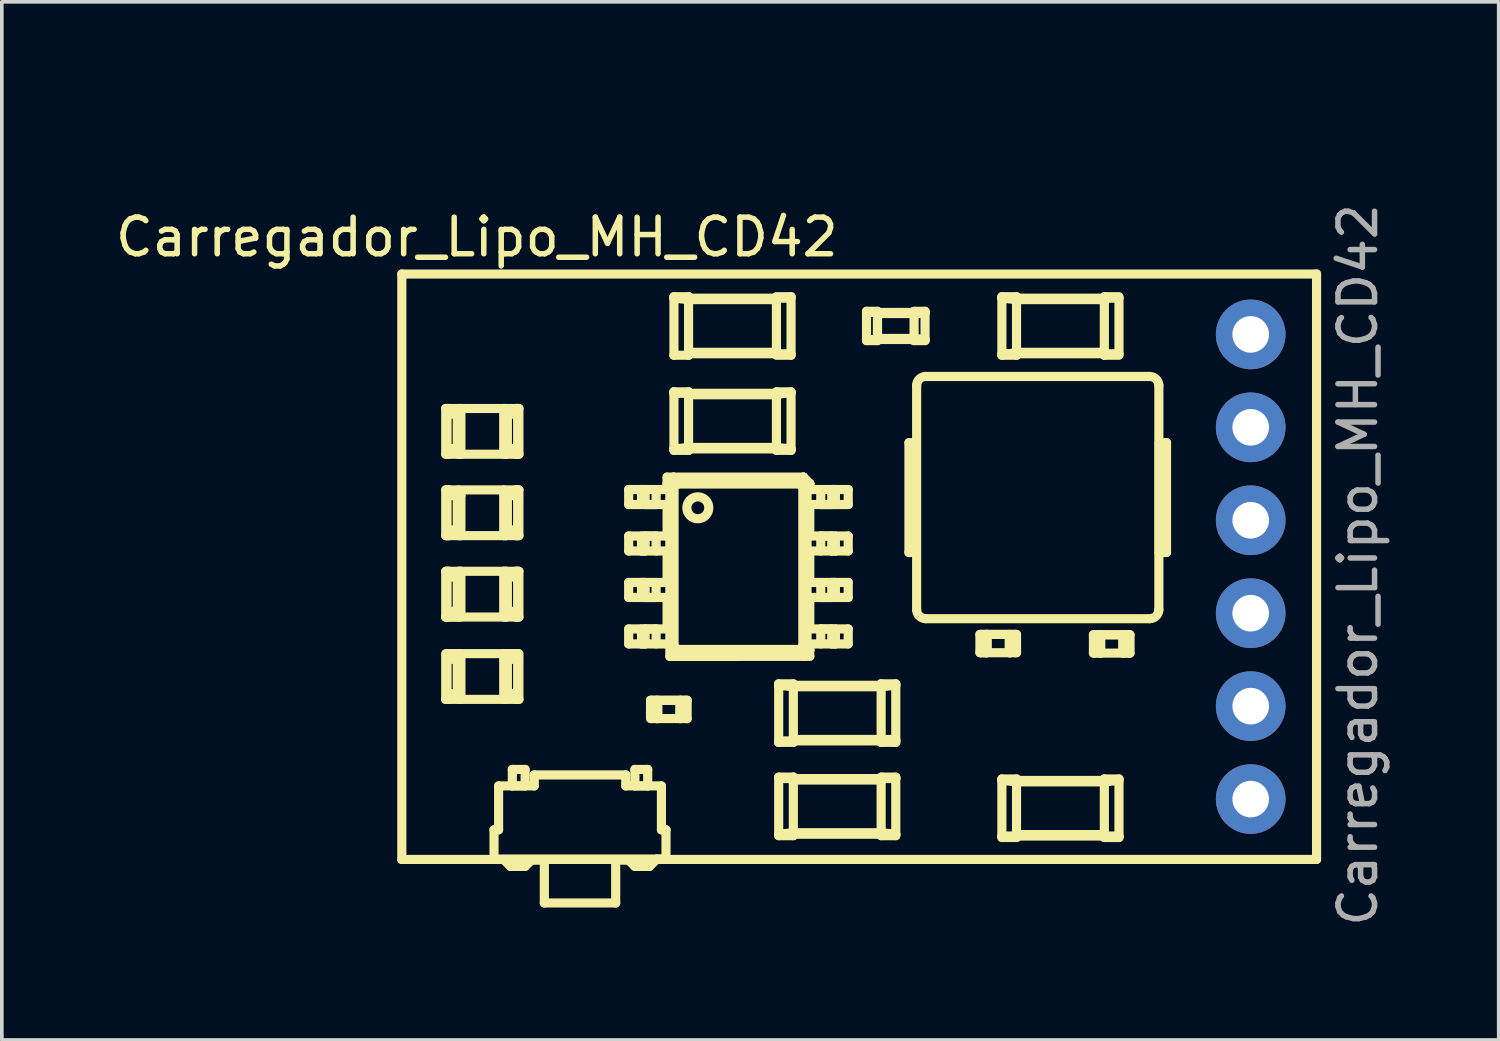
<source format=kicad_pcb>
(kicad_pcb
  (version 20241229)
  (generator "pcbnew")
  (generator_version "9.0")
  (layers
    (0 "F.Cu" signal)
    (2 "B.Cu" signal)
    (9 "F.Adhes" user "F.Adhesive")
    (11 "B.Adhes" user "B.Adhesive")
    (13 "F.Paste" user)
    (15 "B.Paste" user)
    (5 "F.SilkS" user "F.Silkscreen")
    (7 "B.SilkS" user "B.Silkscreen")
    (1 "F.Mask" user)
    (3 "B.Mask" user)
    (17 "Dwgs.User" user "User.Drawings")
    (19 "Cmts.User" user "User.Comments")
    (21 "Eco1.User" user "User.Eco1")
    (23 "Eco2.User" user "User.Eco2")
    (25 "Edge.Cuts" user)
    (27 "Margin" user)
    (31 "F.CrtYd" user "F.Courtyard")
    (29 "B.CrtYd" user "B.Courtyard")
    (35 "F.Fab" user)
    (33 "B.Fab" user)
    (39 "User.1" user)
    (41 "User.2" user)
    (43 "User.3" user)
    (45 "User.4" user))
  (footprint "Carregador_Lipo_MH_CD42"
    (layer "F.Cu")
    (at 6.822 0.25)
    (property "Reference" "Carregador_Lipo_MH_CD42" (at 3.16 3.18 0) (unlocked yes) (layer "F.SilkS") (effects (font (size 1 1) (thickness 0.15))))
    (attr through_hole)
    (fp_line (start 1.11 4.189) (end 26.11 4.189) (stroke (width 0.25) (type default)) (layer "F.SilkS"))
    (fp_line (start 1.11 20.189) (end 1.11 4.189) (stroke (width 0.25) (type default)) (layer "F.SilkS"))
    (fp_line (start 2.31 7.864) (end 2.31 9.114) (stroke (width 0.25) (type default)) (layer "F.SilkS"))
    (fp_line (start 2.31 10.089) (end 2.31 11.339) (stroke (width 0.25) (type default)) (layer "F.SilkS"))
    (fp_line (start 2.31 11.339) (end 2.397 11.339) (stroke (width 0.25) (type default)) (layer "F.SilkS"))
    (fp_line (start 2.31 12.314) (end 2.31 13.564) (stroke (width 0.25) (type default)) (layer "F.SilkS"))
    (fp_line (start 2.31 13.564) (end 2.345 13.564) (stroke (width 0.25) (type default)) (layer "F.SilkS"))
    (fp_line (start 2.31 14.564) (end 2.31 15.814) (stroke (width 0.25) (type default)) (layer "F.SilkS"))
    (fp_line (start 2.345 7.864) (end 2.345 9.114) (stroke (width 0.25) (type default)) (layer "F.SilkS"))
    (fp_line (start 2.345 9.114) (end 2.31 9.114) (stroke (width 0.25) (type default)) (layer "F.SilkS"))
    (fp_line (start 2.345 10.089) (end 2.345 11.339) (stroke (width 0.25) (type default)) (layer "F.SilkS"))
    (fp_line (start 2.345 12.314) (end 2.345 13.564) (stroke (width 0.25) (type default)) (layer "F.SilkS"))
    (fp_line (start 2.345 12.314) (end 2.397 12.314) (stroke (width 0.25) (type default)) (layer "F.SilkS"))
    (fp_line (start 2.345 14.564) (end 2.345 15.814) (stroke (width 0.25) (type default)) (layer "F.SilkS"))
    (fp_line (start 2.345 15.814) (end 2.397 15.814) (stroke (width 0.25) (type default)) (layer "F.SilkS"))
    (fp_line (start 2.397 7.864) (end 2.345 7.864) (stroke (width 0.25) (type default)) (layer "F.SilkS"))
    (fp_line (start 2.397 7.864) (end 2.397 8.02) (stroke (width 0.25) (type default)) (layer "F.SilkS"))
    (fp_line (start 2.397 8.02) (end 2.66 8.02) (stroke (width 0.25) (type default)) (layer "F.SilkS"))
    (fp_line (start 2.397 8.957) (end 2.397 9.114) (stroke (width 0.25) (type default)) (layer "F.SilkS"))
    (fp_line (start 2.397 10.089) (end 2.345 10.089) (stroke (width 0.25) (type default)) (layer "F.SilkS"))
    (fp_line (start 2.397 10.089) (end 2.397 10.245) (stroke (width 0.25) (type default)) (layer "F.SilkS"))
    (fp_line (start 2.397 10.245) (end 2.725 10.245) (stroke (width 0.25) (type default)) (layer "F.SilkS"))
    (fp_line (start 2.397 11.182) (end 2.397 11.339) (stroke (width 0.25) (type default)) (layer "F.SilkS"))
    (fp_line (start 2.397 12.314) (end 2.397 12.47) (stroke (width 0.25) (type default)) (layer "F.SilkS"))
    (fp_line (start 2.397 12.47) (end 2.625 12.47) (stroke (width 0.25) (type default)) (layer "F.SilkS"))
    (fp_line (start 2.397 13.407) (end 2.397 13.564) (stroke (width 0.25) (type default)) (layer "F.SilkS"))
    (fp_line (start 2.397 13.564) (end 2.66 13.564) (stroke (width 0.25) (type default)) (layer "F.SilkS"))
    (fp_line (start 2.397 14.564) (end 2.397 14.72) (stroke (width 0.25) (type default)) (layer "F.SilkS"))
    (fp_line (start 2.397 14.564) (end 2.66 14.564) (stroke (width 0.25) (type default)) (layer "F.SilkS"))
    (fp_line (start 2.397 14.72) (end 2.625 14.72) (stroke (width 0.25) (type default)) (layer "F.SilkS"))
    (fp_line (start 2.397 15.657) (end 2.397 15.814) (stroke (width 0.25) (type default)) (layer "F.SilkS"))
    (fp_line (start 2.625 8.02) (end 2.625 8.957) (stroke (width 0.25) (type default)) (layer "F.SilkS"))
    (fp_line (start 2.625 8.957) (end 2.397 8.957) (stroke (width 0.25) (type default)) (layer "F.SilkS"))
    (fp_line (start 2.625 10.245) (end 2.625 11.182) (stroke (width 0.25) (type default)) (layer "F.SilkS"))
    (fp_line (start 2.625 11.182) (end 2.397 11.182) (stroke (width 0.25) (type default)) (layer "F.SilkS"))
    (fp_line (start 2.625 12.47) (end 2.625 13.407) (stroke (width 0.25) (type default)) (layer "F.SilkS"))
    (fp_line (start 2.625 13.407) (end 2.397 13.407) (stroke (width 0.25) (type default)) (layer "F.SilkS"))
    (fp_line (start 2.625 14.72) (end 2.625 15.657) (stroke (width 0.25) (type default)) (layer "F.SilkS"))
    (fp_line (start 2.625 15.657) (end 2.397 15.657) (stroke (width 0.25) (type default)) (layer "F.SilkS"))
    (fp_line (start 2.66 7.864) (end 2.725 7.864) (stroke (width 0.25) (type default)) (layer "F.SilkS"))
    (fp_line (start 2.66 9.114) (end 2.66 8.02) (stroke (width 0.25) (type default)) (layer "F.SilkS"))
    (fp_line (start 2.66 11.339) (end 2.66 10.089) (stroke (width 0.25) (type default)) (layer "F.SilkS"))
    (fp_line (start 2.66 11.339) (end 2.725 11.339) (stroke (width 0.25) (type default)) (layer "F.SilkS"))
    (fp_line (start 2.66 12.314) (end 2.725 12.314) (stroke (width 0.25) (type default)) (layer "F.SilkS"))
    (fp_line (start 2.66 13.564) (end 2.66 12.314) (stroke (width 0.25) (type default)) (layer "F.SilkS"))
    (fp_line (start 2.66 15.814) (end 2.66 14.564) (stroke (width 0.25) (type default)) (layer "F.SilkS"))
    (fp_line (start 2.66 15.814) (end 2.725 15.814) (stroke (width 0.25) (type default)) (layer "F.SilkS"))
    (fp_line (start 2.725 9.114) (end 2.66 9.114) (stroke (width 0.25) (type default)) (layer "F.SilkS"))
    (fp_line (start 2.725 9.114) (end 2.725 7.864) (stroke (width 0.25) (type default)) (layer "F.SilkS"))
    (fp_line (start 2.725 11.339) (end 2.725 10.245) (stroke (width 0.25) (type default)) (layer "F.SilkS"))
    (fp_line (start 2.725 13.564) (end 2.725 12.314) (stroke (width 0.25) (type default)) (layer "F.SilkS"))
    (fp_line (start 2.725 15.814) (end 2.725 14.564) (stroke (width 0.25) (type default)) (layer "F.SilkS"))
    (fp_line (start 3.63 19.379) (end 3.755 19.379) (stroke (width 0.25) (type default)) (layer "F.SilkS"))
    (fp_line (start 3.63 20.179) (end 3.63 19.379) (stroke (width 0.25) (type default)) (layer "F.SilkS"))
    (fp_line (start 3.63 20.179) (end 8.33 20.179) (stroke (width 0.25) (type default)) (layer "F.SilkS"))
    (fp_line (start 3.755 18.179) (end 3.755 19.379) (stroke (width 0.25) (type default)) (layer "F.SilkS"))
    (fp_line (start 3.895 9.114) (end 3.895 7.864) (stroke (width 0.25) (type default)) (layer "F.SilkS"))
    (fp_line (start 3.895 11.339) (end 3.895 10.089) (stroke (width 0.25) (type default)) (layer "F.SilkS"))
    (fp_line (start 3.895 11.339) (end 3.96 11.339) (stroke (width 0.25) (type default)) (layer "F.SilkS"))
    (fp_line (start 3.895 13.564) (end 3.895 12.314) (stroke (width 0.25) (type default)) (layer "F.SilkS"))
    (fp_line (start 3.895 15.814) (end 3.895 14.564) (stroke (width 0.25) (type default)) (layer "F.SilkS"))
    (fp_line (start 3.96 7.864) (end 3.895 7.864) (stroke (width 0.25) (type default)) (layer "F.SilkS"))
    (fp_line (start 3.96 7.864) (end 3.96 9.114) (stroke (width 0.25) (type default)) (layer "F.SilkS"))
    (fp_line (start 3.96 10.245) (end 3.96 11.339) (stroke (width 0.25) (type default)) (layer "F.SilkS"))
    (fp_line (start 3.96 10.245) (end 4.223 10.245) (stroke (width 0.25) (type default)) (layer "F.SilkS"))
    (fp_line (start 3.96 12.314) (end 3.895 12.314) (stroke (width 0.25) (type default)) (layer "F.SilkS"))
    (fp_line (start 3.96 12.314) (end 3.96 13.564) (stroke (width 0.25) (type default)) (layer "F.SilkS"))
    (fp_line (start 3.96 14.564) (end 3.96 15.814) (stroke (width 0.25) (type default)) (layer "F.SilkS"))
    (fp_line (start 3.96 15.814) (end 3.895 15.814) (stroke (width 0.25) (type default)) (layer "F.SilkS"))
    (fp_line (start 3.995 8.02) (end 3.995 8.957) (stroke (width 0.25) (type default)) (layer "F.SilkS"))
    (fp_line (start 3.995 8.02) (end 4.223 8.02) (stroke (width 0.25) (type default)) (layer "F.SilkS"))
    (fp_line (start 3.995 10.245) (end 3.995 11.182) (stroke (width 0.25) (type default)) (layer "F.SilkS"))
    (fp_line (start 3.995 12.47) (end 3.995 13.407) (stroke (width 0.25) (type default)) (layer "F.SilkS"))
    (fp_line (start 3.995 12.47) (end 4.223 12.47) (stroke (width 0.25) (type default)) (layer "F.SilkS"))
    (fp_line (start 3.995 13.407) (end 3.96 13.564) (stroke (width 0.25) (type default)) (layer "F.SilkS"))
    (fp_line (start 3.995 14.72) (end 3.995 15.657) (stroke (width 0.25) (type default)) (layer "F.SilkS"))
    (fp_line (start 3.995 14.72) (end 4.223 14.72) (stroke (width 0.25) (type default)) (layer "F.SilkS"))
    (fp_line (start 4.08 20.379) (end 3.91 20.209) (stroke (width 0.25) (type default)) (layer "F.SilkS"))
    (fp_line (start 4.08 20.379) (end 4.48 20.379) (stroke (width 0.25) (type default)) (layer "F.SilkS"))
    (fp_line (start 4.13 17.729) (end 4.13 18.179) (stroke (width 0.25) (type default)) (layer "F.SilkS"))
    (fp_line (start 4.13 18.179) (end 4.48 18.179) (stroke (width 0.25) (type default)) (layer "F.SilkS"))
    (fp_line (start 4.223 7.864) (end 4.275 7.864) (stroke (width 0.25) (type default)) (layer "F.SilkS"))
    (fp_line (start 4.223 8.02) (end 4.223 7.864) (stroke (width 0.25) (type default)) (layer "F.SilkS"))
    (fp_line (start 4.223 8.957) (end 3.96 9.114) (stroke (width 0.25) (type default)) (layer "F.SilkS"))
    (fp_line (start 4.223 8.957) (end 3.995 8.957) (stroke (width 0.25) (type default)) (layer "F.SilkS"))
    (fp_line (start 4.223 9.114) (end 4.223 8.957) (stroke (width 0.25) (type default)) (layer "F.SilkS"))
    (fp_line (start 4.223 10.089) (end 4.275 10.089) (stroke (width 0.25) (type default)) (layer "F.SilkS"))
    (fp_line (start 4.223 10.245) (end 4.223 10.089) (stroke (width 0.25) (type default)) (layer "F.SilkS"))
    (fp_line (start 4.223 11.182) (end 3.995 11.182) (stroke (width 0.25) (type default)) (layer "F.SilkS"))
    (fp_line (start 4.223 11.339) (end 4.223 11.182) (stroke (width 0.25) (type default)) (layer "F.SilkS"))
    (fp_line (start 4.223 12.47) (end 4.223 12.314) (stroke (width 0.25) (type default)) (layer "F.SilkS"))
    (fp_line (start 4.223 13.407) (end 3.995 13.407) (stroke (width 0.25) (type default)) (layer "F.SilkS"))
    (fp_line (start 4.223 13.564) (end 4.223 13.407) (stroke (width 0.25) (type default)) (layer "F.SilkS"))
    (fp_line (start 4.223 13.564) (end 4.275 13.564) (stroke (width 0.25) (type default)) (layer "F.SilkS"))
    (fp_line (start 4.223 14.564) (end 3.96 14.564) (stroke (width 0.25) (type default)) (layer "F.SilkS"))
    (fp_line (start 4.223 14.72) (end 4.223 14.564) (stroke (width 0.25) (type default)) (layer "F.SilkS"))
    (fp_line (start 4.223 15.657) (end 3.995 15.657) (stroke (width 0.25) (type default)) (layer "F.SilkS"))
    (fp_line (start 4.223 15.814) (end 4.223 15.657) (stroke (width 0.25) (type default)) (layer "F.SilkS"))
    (fp_line (start 4.275 7.864) (end 4.275 9.114) (stroke (width 0.25) (type default)) (layer "F.SilkS"))
    (fp_line (start 4.275 9.114) (end 4.223 9.114) (stroke (width 0.25) (type default)) (layer "F.SilkS"))
    (fp_line (start 4.275 10.089) (end 4.275 11.339) (stroke (width 0.25) (type default)) (layer "F.SilkS"))
    (fp_line (start 4.275 11.339) (end 4.223 11.339) (stroke (width 0.25) (type default)) (layer "F.SilkS"))
    (fp_line (start 4.275 12.314) (end 4.223 12.314) (stroke (width 0.25) (type default)) (layer "F.SilkS"))
    (fp_line (start 4.275 12.314) (end 4.275 13.564) (stroke (width 0.25) (type default)) (layer "F.SilkS"))
    (fp_line (start 4.275 14.564) (end 2.345 14.564) (stroke (width 0.25) (type default)) (layer "F.SilkS"))
    (fp_line (start 4.275 14.564) (end 4.275 15.814) (stroke (width 0.25) (type default)) (layer "F.SilkS"))
    (fp_line (start 4.275 15.814) (end 4.223 15.814) (stroke (width 0.25) (type default)) (layer "F.SilkS"))
    (fp_line (start 4.31 7.864) (end 2.31 7.864) (stroke (width 0.25) (type default)) (layer "F.SilkS"))
    (fp_line (start 4.31 7.864) (end 4.31 9.114) (stroke (width 0.25) (type default)) (layer "F.SilkS"))
    (fp_line (start 4.31 9.114) (end 2.397 9.114) (stroke (width 0.25) (type default)) (layer "F.SilkS"))
    (fp_line (start 4.31 10.089) (end 2.31 10.089) (stroke (width 0.25) (type default)) (layer "F.SilkS"))
    (fp_line (start 4.31 10.089) (end 4.31 11.339) (stroke (width 0.25) (type default)) (layer "F.SilkS"))
    (fp_line (start 4.31 11.339) (end 2.345 11.339) (stroke (width 0.25) (type default)) (layer "F.SilkS"))
    (fp_line (start 4.31 12.314) (end 2.31 12.314) (stroke (width 0.25) (type default)) (layer "F.SilkS"))
    (fp_line (start 4.31 12.314) (end 4.31 13.564) (stroke (width 0.25) (type default)) (layer "F.SilkS"))
    (fp_line (start 4.31 13.564) (end 2.31 13.564) (stroke (width 0.25) (type default)) (layer "F.SilkS"))
    (fp_line (start 4.31 14.564) (end 4.31 15.814) (stroke (width 0.25) (type default)) (layer "F.SilkS"))
    (fp_line (start 4.31 15.814) (end 2.31 15.814) (stroke (width 0.25) (type default)) (layer "F.SilkS"))
    (fp_line (start 4.48 17.729) (end 4.13 17.729) (stroke (width 0.25) (type default)) (layer "F.SilkS"))
    (fp_line (start 4.48 17.729) (end 4.48 18.179) (stroke (width 0.25) (type default)) (layer "F.SilkS"))
    (fp_line (start 4.48 20.379) (end 4.65 20.209) (stroke (width 0.25) (type default)) (layer "F.SilkS"))
    (fp_line (start 4.65 20.209) (end 5.005 20.209) (stroke (width 0.25) (type default)) (layer "F.SilkS"))
    (fp_line (start 4.73 17.879) (end 4.73 18.179) (stroke (width 0.25) (type default)) (layer "F.SilkS"))
    (fp_line (start 4.73 18.179) (end 3.755 18.179) (stroke (width 0.25) (type default)) (layer "F.SilkS"))
    (fp_line (start 5.005 20.209) (end 5.005 21.379) (stroke (width 0.25) (type default)) (layer "F.SilkS"))
    (fp_line (start 5.005 21.379) (end 6.955 21.379) (stroke (width 0.25) (type default)) (layer "F.SilkS"))
    (fp_line (start 6.955 20.209) (end 7.31 20.209) (stroke (width 0.25) (type default)) (layer "F.SilkS"))
    (fp_line (start 6.955 21.379) (end 6.955 20.209) (stroke (width 0.25) (type default)) (layer "F.SilkS"))
    (fp_line (start 7.23 17.879) (end 4.73 17.879) (stroke (width 0.25) (type default)) (layer "F.SilkS"))
    (fp_line (start 7.23 18.179) (end 7.23 17.879) (stroke (width 0.25) (type default)) (layer "F.SilkS"))
    (fp_line (start 7.31 10.079) (end 8.36 10.079) (stroke (width 0.25) (type default)) (layer "F.SilkS"))
    (fp_line (start 7.31 10.489) (end 7.31 10.079) (stroke (width 0.25) (type default)) (layer "F.SilkS"))
    (fp_line (start 7.31 10.489) (end 8.36 10.489) (stroke (width 0.25) (type default)) (layer "F.SilkS"))
    (fp_line (start 7.31 11.349) (end 8.36 11.349) (stroke (width 0.25) (type default)) (layer "F.SilkS"))
    (fp_line (start 7.31 11.759) (end 7.31 11.349) (stroke (width 0.25) (type default)) (layer "F.SilkS"))
    (fp_line (start 7.31 11.759) (end 8.36 11.759) (stroke (width 0.25) (type default)) (layer "F.SilkS"))
    (fp_line (start 7.31 12.619) (end 8.36 12.619) (stroke (width 0.25) (type default)) (layer "F.SilkS"))
    (fp_line (start 7.31 13.029) (end 7.31 12.619) (stroke (width 0.25) (type default)) (layer "F.SilkS"))
    (fp_line (start 7.31 13.029) (end 8.36 13.029) (stroke (width 0.25) (type default)) (layer "F.SilkS"))
    (fp_line (start 7.31 13.889) (end 8.36 13.889) (stroke (width 0.25) (type default)) (layer "F.SilkS"))
    (fp_line (start 7.31 14.299) (end 7.31 13.889) (stroke (width 0.25) (type default)) (layer "F.SilkS"))
    (fp_line (start 7.31 14.299) (end 8.36 14.299) (stroke (width 0.25) (type default)) (layer "F.SilkS"))
    (fp_line (start 7.48 17.729) (end 7.48 18.179) (stroke (width 0.25) (type default)) (layer "F.SilkS"))
    (fp_line (start 7.48 18.179) (end 7.83 18.179) (stroke (width 0.25) (type default)) (layer "F.SilkS"))
    (fp_line (start 7.48 20.379) (end 7.31 20.209) (stroke (width 0.25) (type default)) (layer "F.SilkS"))
    (fp_line (start 7.48 20.379) (end 7.88 20.379) (stroke (width 0.25) (type default)) (layer "F.SilkS"))
    (fp_line (start 7.66 10.079) (end 7.76 10.079) (stroke (width 0.25) (type default)) (layer "F.SilkS"))
    (fp_line (start 7.66 10.489) (end 7.66 10.079) (stroke (width 0.25) (type default)) (layer "F.SilkS"))
    (fp_line (start 7.66 11.759) (end 7.66 11.349) (stroke (width 0.25) (type default)) (layer "F.SilkS"))
    (fp_line (start 7.66 12.619) (end 7.76 12.619) (stroke (width 0.25) (type default)) (layer "F.SilkS"))
    (fp_line (start 7.66 13.029) (end 7.66 12.619) (stroke (width 0.25) (type default)) (layer "F.SilkS"))
    (fp_line (start 7.66 14.299) (end 7.66 13.889) (stroke (width 0.25) (type default)) (layer "F.SilkS"))
    (fp_line (start 7.76 10.489) (end 7.76 10.079) (stroke (width 0.25) (type default)) (layer "F.SilkS"))
    (fp_line (start 7.76 10.489) (end 8.06 10.489) (stroke (width 0.25) (type default)) (layer "F.SilkS"))
    (fp_line (start 7.76 11.759) (end 7.66 11.759) (stroke (width 0.25) (type default)) (layer "F.SilkS"))
    (fp_line (start 7.76 11.759) (end 7.76 11.349) (stroke (width 0.25) (type default)) (layer "F.SilkS"))
    (fp_line (start 7.76 13.029) (end 7.76 12.619) (stroke (width 0.25) (type default)) (layer "F.SilkS"))
    (fp_line (start 7.76 13.029) (end 8.06 13.029) (stroke (width 0.25) (type default)) (layer "F.SilkS"))
    (fp_line (start 7.76 14.299) (end 7.66 14.299) (stroke (width 0.25) (type default)) (layer "F.SilkS"))
    (fp_line (start 7.76 14.299) (end 7.76 13.889) (stroke (width 0.25) (type default)) (layer "F.SilkS"))
    (fp_line (start 7.83 17.729) (end 7.48 17.729) (stroke (width 0.25) (type default)) (layer "F.SilkS"))
    (fp_line (start 7.83 17.729) (end 7.83 18.179) (stroke (width 0.25) (type default)) (layer "F.SilkS"))
    (fp_line (start 7.88 20.379) (end 8.08 20.179) (stroke (width 0.25) (type default)) (layer "F.SilkS"))
    (fp_line (start 7.907 15.839) (end 7.907 16.339) (stroke (width 0.25) (type default)) (layer "F.SilkS"))
    (fp_line (start 7.942 15.839) (end 7.942 16.339) (stroke (width 0.25) (type default)) (layer "F.SilkS"))
    (fp_line (start 7.942 15.839) (end 8.072 15.839) (stroke (width 0.25) (type default)) (layer "F.SilkS"))
    (fp_line (start 8.06 10.489) (end 8.06 10.079) (stroke (width 0.25) (type default)) (layer "F.SilkS"))
    (fp_line (start 8.06 11.349) (end 7.76 11.349) (stroke (width 0.25) (type default)) (layer "F.SilkS"))
    (fp_line (start 8.06 11.759) (end 8.06 11.349) (stroke (width 0.25) (type default)) (layer "F.SilkS"))
    (fp_line (start 8.06 13.029) (end 8.06 12.619) (stroke (width 0.25) (type default)) (layer "F.SilkS"))
    (fp_line (start 8.06 13.889) (end 7.76 13.889) (stroke (width 0.25) (type default)) (layer "F.SilkS"))
    (fp_line (start 8.06 14.299) (end 8.06 13.889) (stroke (width 0.25) (type default)) (layer "F.SilkS"))
    (fp_line (start 8.072 15.839) (end 8.072 16.339) (stroke (width 0.25) (type default)) (layer "F.SilkS"))
    (fp_line (start 8.072 16.339) (end 8.107 16.339) (stroke (width 0.25) (type default)) (layer "F.SilkS"))
    (fp_line (start 8.107 15.839) (end 8.107 16.339) (stroke (width 0.25) (type default)) (layer "F.SilkS"))
    (fp_line (start 8.107 15.839) (end 8.707 15.839) (stroke (width 0.25) (type default)) (layer "F.SilkS"))
    (fp_line (start 8.205 18.179) (end 7.23 18.179) (stroke (width 0.25) (type default)) (layer "F.SilkS"))
    (fp_line (start 8.205 19.379) (end 8.205 18.179) (stroke (width 0.25) (type default)) (layer "F.SilkS"))
    (fp_line (start 8.205 19.379) (end 8.33 19.379) (stroke (width 0.25) (type default)) (layer "F.SilkS"))
    (fp_line (start 8.205 20.179) (end 8.08 20.179) (stroke (width 0.25) (type default)) (layer "F.SilkS"))
    (fp_line (start 8.33 19.379) (end 8.33 20.179) (stroke (width 0.25) (type default)) (layer "F.SilkS"))
    (fp_line (start 8.36 9.739) (end 12.085 9.739) (stroke (width 0.25) (type default)) (layer "F.SilkS"))
    (fp_line (start 8.36 9.914) (end 8.535 9.739) (stroke (width 0.25) (type default)) (layer "F.SilkS"))
    (fp_line (start 8.36 9.914) (end 8.55 10.008) (stroke (width 0.25) (type default)) (layer "F.SilkS"))
    (fp_line (start 8.36 10.079) (end 8.36 9.739) (stroke (width 0.25) (type default)) (layer "F.SilkS"))
    (fp_line (start 8.36 11.349) (end 8.36 10.489) (stroke (width 0.25) (type default)) (layer "F.SilkS"))
    (fp_line (start 8.36 12.619) (end 8.36 11.759) (stroke (width 0.25) (type default)) (layer "F.SilkS"))
    (fp_line (start 8.36 13.889) (end 8.36 13.029) (stroke (width 0.25) (type default)) (layer "F.SilkS"))
    (fp_line (start 8.435 9.951) (end 8.572 9.814) (stroke (width 0.25) (type default)) (layer "F.SilkS"))
    (fp_line (start 8.435 14.64) (end 8.435 9.951) (stroke (width 0.25) (type default)) (layer "F.SilkS"))
    (fp_line (start 8.535 9.739) (end 8.63 9.928) (stroke (width 0.25) (type default)) (layer "F.SilkS"))
    (fp_line (start 8.547 4.809) (end 8.547 6.409) (stroke (width 0.25) (type default)) (layer "F.SilkS"))
    (fp_line (start 8.547 7.409) (end 8.547 7.449) (stroke (width 0.25) (type default)) (layer "F.SilkS"))
    (fp_line (start 8.547 7.409) (end 8.547 9.009) (stroke (width 0.25) (type default)) (layer "F.SilkS"))
    (fp_line (start 8.547 8.969) (end 8.947 8.929) (stroke (width 0.25) (type default)) (layer "F.SilkS"))
    (fp_line (start 8.55 10.008) (end 8.63 9.928) (stroke (width 0.25) (type default)) (layer "F.SilkS"))
    (fp_line (start 8.55 10.008) (end 8.63 9.928) (stroke (width 0.25) (type default)) (layer "F.SilkS"))
    (fp_line (start 8.55 14.369) (end 8.55 10.008) (stroke (width 0.25) (type default)) (layer "F.SilkS"))
    (fp_line (start 8.572 9.814) (end 12.047 9.814) (stroke (width 0.25) (type default)) (layer "F.SilkS"))
    (fp_line (start 8.572 14.564) (end 8.63 14.449) (stroke (width 0.25) (type default)) (layer "F.SilkS"))
    (fp_line (start 8.63 9.928) (end 11.99 9.928) (stroke (width 0.25) (type default)) (layer "F.SilkS"))
    (fp_line (start 8.63 14.449) (end 8.55 14.369) (stroke (width 0.25) (type default)) (layer "F.SilkS"))
    (fp_line (start 8.707 15.839) (end 8.707 16.339) (stroke (width 0.25) (type default)) (layer "F.SilkS"))
    (fp_line (start 8.707 16.339) (end 8.742 16.339) (stroke (width 0.25) (type default)) (layer "F.SilkS"))
    (fp_line (start 8.742 15.839) (end 8.742 16.339) (stroke (width 0.25) (type default)) (layer "F.SilkS"))
    (fp_line (start 8.742 15.839) (end 8.873 15.839) (stroke (width 0.25) (type default)) (layer "F.SilkS"))
    (fp_line (start 8.873 15.839) (end 8.873 16.339) (stroke (width 0.25) (type default)) (layer "F.SilkS"))
    (fp_line (start 8.908 15.839) (end 7.907 15.839) (stroke (width 0.25) (type default)) (layer "F.SilkS"))
    (fp_line (start 8.908 15.839) (end 8.908 16.339) (stroke (width 0.25) (type default)) (layer "F.SilkS"))
    (fp_line (start 8.908 16.339) (end 7.942 16.339) (stroke (width 0.25) (type default)) (layer "F.SilkS"))
    (fp_line (start 8.947 4.809) (end 8.547 4.809) (stroke (width 0.25) (type default)) (layer "F.SilkS"))
    (fp_line (start 8.947 4.809) (end 8.947 6.369) (stroke (width 0.25) (type default)) (layer "F.SilkS"))
    (fp_line (start 8.947 4.889) (end 8.547 4.849) (stroke (width 0.25) (type default)) (layer "F.SilkS"))
    (fp_line (start 8.947 6.329) (end 8.947 6.409) (stroke (width 0.25) (type default)) (layer "F.SilkS"))
    (fp_line (start 8.947 6.409) (end 8.547 6.409) (stroke (width 0.25) (type default)) (layer "F.SilkS"))
    (fp_line (start 8.947 7.409) (end 8.547 7.409) (stroke (width 0.25) (type default)) (layer "F.SilkS"))
    (fp_line (start 8.947 7.409) (end 8.947 9.009) (stroke (width 0.25) (type default)) (layer "F.SilkS"))
    (fp_line (start 8.947 9.009) (end 8.547 9.009) (stroke (width 0.25) (type default)) (layer "F.SilkS"))
    (fp_line (start 11.348 4.889) (end 8.947 4.889) (stroke (width 0.25) (type default)) (layer "F.SilkS"))
    (fp_line (start 11.348 4.889) (end 11.348 6.329) (stroke (width 0.25) (type default)) (layer "F.SilkS"))
    (fp_line (start 11.348 6.329) (end 8.947 6.329) (stroke (width 0.25) (type default)) (layer "F.SilkS"))
    (fp_line (start 11.348 7.409) (end 11.348 9.009) (stroke (width 0.25) (type default)) (layer "F.SilkS"))
    (fp_line (start 11.348 7.489) (end 8.947 7.489) (stroke (width 0.25) (type default)) (layer "F.SilkS"))
    (fp_line (start 11.348 8.929) (end 8.947 8.929) (stroke (width 0.25) (type default)) (layer "F.SilkS"))
    (fp_line (start 11.348 8.929) (end 11.748 8.969) (stroke (width 0.25) (type default)) (layer "F.SilkS"))
    (fp_line (start 11.41 15.389) (end 11.41 16.989) (stroke (width 0.25) (type default)) (layer "F.SilkS"))
    (fp_line (start 11.41 16.989) (end 11.41 16.949) (stroke (width 0.25) (type default)) (layer "F.SilkS"))
    (fp_line (start 11.41 17.939) (end 11.41 19.539) (stroke (width 0.25) (type default)) (layer "F.SilkS"))
    (fp_line (start 11.41 19.499) (end 11.81 19.459) (stroke (width 0.25) (type default)) (layer "F.SilkS"))
    (fp_line (start 11.748 4.809) (end 11.348 4.809) (stroke (width 0.25) (type default)) (layer "F.SilkS"))
    (fp_line (start 11.748 4.809) (end 11.748 6.409) (stroke (width 0.25) (type default)) (layer "F.SilkS"))
    (fp_line (start 11.748 4.849) (end 8.547 4.849) (stroke (width 0.25) (type default)) (layer "F.SilkS"))
    (fp_line (start 11.748 6.369) (end 8.947 6.369) (stroke (width 0.25) (type default)) (layer "F.SilkS"))
    (fp_line (start 11.748 6.409) (end 11.348 6.409) (stroke (width 0.25) (type default)) (layer "F.SilkS"))
    (fp_line (start 11.748 7.409) (end 11.348 7.409) (stroke (width 0.25) (type default)) (layer "F.SilkS"))
    (fp_line (start 11.748 7.409) (end 11.348 7.489) (stroke (width 0.25) (type default)) (layer "F.SilkS"))
    (fp_line (start 11.748 7.449) (end 8.547 7.449) (stroke (width 0.25) (type default)) (layer "F.SilkS"))
    (fp_line (start 11.748 7.449) (end 11.748 9.009) (stroke (width 0.25) (type default)) (layer "F.SilkS"))
    (fp_line (start 11.748 8.969) (end 8.547 8.969) (stroke (width 0.25) (type default)) (layer "F.SilkS"))
    (fp_line (start 11.748 9.009) (end 11.348 9.009) (stroke (width 0.25) (type default)) (layer "F.SilkS"))
    (fp_line (start 11.81 15.389) (end 11.41 15.389) (stroke (width 0.25) (type default)) (layer "F.SilkS"))
    (fp_line (start 11.81 15.389) (end 11.81 16.989) (stroke (width 0.25) (type default)) (layer "F.SilkS"))
    (fp_line (start 11.81 15.469) (end 11.41 15.429) (stroke (width 0.25) (type default)) (layer "F.SilkS"))
    (fp_line (start 11.81 16.989) (end 11.41 16.989) (stroke (width 0.25) (type default)) (layer "F.SilkS"))
    (fp_line (start 11.81 17.939) (end 11.41 17.939) (stroke (width 0.25) (type default)) (layer "F.SilkS"))
    (fp_line (start 11.81 17.939) (end 11.81 18.019) (stroke (width 0.25) (type default)) (layer "F.SilkS"))
    (fp_line (start 11.81 17.939) (end 11.81 19.539) (stroke (width 0.25) (type default)) (layer "F.SilkS"))
    (fp_line (start 11.81 19.539) (end 11.41 19.539) (stroke (width 0.25) (type default)) (layer "F.SilkS"))
    (fp_line (start 11.99 9.928) (end 12.07 10.008) (stroke (width 0.25) (type default)) (layer "F.SilkS"))
    (fp_line (start 11.99 9.928) (end 12.085 9.739) (stroke (width 0.25) (type default)) (layer "F.SilkS"))
    (fp_line (start 11.99 14.449) (end 8.63 14.449) (stroke (width 0.25) (type default)) (layer "F.SilkS"))
    (fp_line (start 12.047 9.814) (end 12.185 9.951) (stroke (width 0.25) (type default)) (layer "F.SilkS"))
    (fp_line (start 12.07 10.008) (end 12.07 14.369) (stroke (width 0.25) (type default)) (layer "F.SilkS"))
    (fp_line (start 12.07 14.369) (end 11.99 14.449) (stroke (width 0.25) (type default)) (layer "F.SilkS"))
    (fp_line (start 12.085 9.739) (end 11.99 9.928) (stroke (width 0.25) (type default)) (layer "F.SilkS"))
    (fp_line (start 12.085 9.739) (end 12.26 9.914) (stroke (width 0.25) (type default)) (layer "F.SilkS"))
    (fp_line (start 12.085 14.639) (end 11.99 14.449) (stroke (width 0.25) (type default)) (layer "F.SilkS"))
    (fp_line (start 12.185 9.951) (end 12.185 14.426) (stroke (width 0.25) (type default)) (layer "F.SilkS"))
    (fp_line (start 12.185 14.426) (end 12.047 14.564) (stroke (width 0.25) (type default)) (layer "F.SilkS"))
    (fp_line (start 12.26 9.914) (end 12.07 10.008) (stroke (width 0.25) (type default)) (layer "F.SilkS"))
    (fp_line (start 12.26 9.914) (end 12.07 10.008) (stroke (width 0.25) (type default)) (layer "F.SilkS"))
    (fp_line (start 12.26 9.914) (end 12.26 10.079) (stroke (width 0.25) (type default)) (layer "F.SilkS"))
    (fp_line (start 12.26 10.489) (end 12.26 11.349) (stroke (width 0.25) (type default)) (layer "F.SilkS"))
    (fp_line (start 12.26 11.759) (end 12.26 12.619) (stroke (width 0.25) (type default)) (layer "F.SilkS"))
    (fp_line (start 12.26 13.029) (end 12.26 13.889) (stroke (width 0.25) (type default)) (layer "F.SilkS"))
    (fp_line (start 12.26 14.299) (end 12.26 14.639) (stroke (width 0.25) (type default)) (layer "F.SilkS"))
    (fp_line (start 12.26 14.464) (end 12.07 14.369) (stroke (width 0.25) (type default)) (layer "F.SilkS"))
    (fp_line (start 12.26 14.464) (end 12.085 14.639) (stroke (width 0.25) (type default)) (layer "F.SilkS"))
    (fp_line (start 12.26 14.639) (end 8.435 14.64) (stroke (width 0.25) (type default)) (layer "F.SilkS"))
    (fp_line (start 12.56 10.079) (end 12.56 10.489) (stroke (width 0.25) (type default)) (layer "F.SilkS"))
    (fp_line (start 12.56 11.349) (end 12.56 11.759) (stroke (width 0.25) (type default)) (layer "F.SilkS"))
    (fp_line (start 12.56 11.349) (end 12.86 11.349) (stroke (width 0.25) (type default)) (layer "F.SilkS"))
    (fp_line (start 12.56 12.619) (end 12.56 13.029) (stroke (width 0.25) (type default)) (layer "F.SilkS"))
    (fp_line (start 12.56 13.889) (end 12.56 14.3) (stroke (width 0.25) (type default)) (layer "F.SilkS"))
    (fp_line (start 12.56 13.889) (end 12.86 13.889) (stroke (width 0.25) (type default)) (layer "F.SilkS"))
    (fp_line (start 12.86 10.079) (end 12.86 10.489) (stroke (width 0.25) (type default)) (layer "F.SilkS"))
    (fp_line (start 12.86 10.489) (end 12.56 10.489) (stroke (width 0.25) (type default)) (layer "F.SilkS"))
    (fp_line (start 12.86 11.349) (end 12.86 11.759) (stroke (width 0.25) (type default)) (layer "F.SilkS"))
    (fp_line (start 12.86 11.759) (end 12.96 11.759) (stroke (width 0.25) (type default)) (layer "F.SilkS"))
    (fp_line (start 12.86 12.619) (end 12.86 13.029) (stroke (width 0.25) (type default)) (layer "F.SilkS"))
    (fp_line (start 12.86 13.029) (end 12.56 13.029) (stroke (width 0.25) (type default)) (layer "F.SilkS"))
    (fp_line (start 12.86 13.889) (end 12.86 14.299) (stroke (width 0.25) (type default)) (layer "F.SilkS"))
    (fp_line (start 12.86 14.299) (end 12.96 14.299) (stroke (width 0.25) (type default)) (layer "F.SilkS"))
    (fp_line (start 12.96 10.079) (end 12.86 10.079) (stroke (width 0.25) (type default)) (layer "F.SilkS"))
    (fp_line (start 12.96 10.079) (end 12.96 10.489) (stroke (width 0.25) (type default)) (layer "F.SilkS"))
    (fp_line (start 12.96 11.349) (end 12.96 11.759) (stroke (width 0.25) (type default)) (layer "F.SilkS"))
    (fp_line (start 12.96 12.619) (end 12.86 12.619) (stroke (width 0.25) (type default)) (layer "F.SilkS"))
    (fp_line (start 12.96 12.619) (end 12.96 13.029) (stroke (width 0.25) (type default)) (layer "F.SilkS"))
    (fp_line (start 12.96 13.889) (end 12.96 14.299) (stroke (width 0.25) (type default)) (layer "F.SilkS"))
    (fp_line (start 13.31 10.079) (end 12.26 10.079) (stroke (width 0.25) (type default)) (layer "F.SilkS"))
    (fp_line (start 13.31 10.079) (end 13.31 10.489) (stroke (width 0.25) (type default)) (layer "F.SilkS"))
    (fp_line (start 13.31 10.489) (end 12.26 10.489) (stroke (width 0.25) (type default)) (layer "F.SilkS"))
    (fp_line (start 13.31 11.349) (end 12.26 11.349) (stroke (width 0.25) (type default)) (layer "F.SilkS"))
    (fp_line (start 13.31 11.349) (end 13.31 11.759) (stroke (width 0.25) (type default)) (layer "F.SilkS"))
    (fp_line (start 13.31 11.759) (end 12.26 11.759) (stroke (width 0.25) (type default)) (layer "F.SilkS"))
    (fp_line (start 13.31 12.619) (end 12.26 12.619) (stroke (width 0.25) (type default)) (layer "F.SilkS"))
    (fp_line (start 13.31 12.619) (end 13.31 13.029) (stroke (width 0.25) (type default)) (layer "F.SilkS"))
    (fp_line (start 13.31 13.029) (end 12.26 13.029) (stroke (width 0.25) (type default)) (layer "F.SilkS"))
    (fp_line (start 13.31 13.889) (end 12.26 13.889) (stroke (width 0.25) (type default)) (layer "F.SilkS"))
    (fp_line (start 13.31 13.889) (end 13.31 14.299) (stroke (width 0.25) (type default)) (layer "F.SilkS"))
    (fp_line (start 13.31 14.299) (end 12.26 14.299) (stroke (width 0.25) (type default)) (layer "F.SilkS"))
    (fp_line (start 13.81 5.209) (end 13.81 5.239) (stroke (width 0.25) (type default)) (layer "F.SilkS"))
    (fp_line (start 13.81 5.239) (end 13.81 6.009) (stroke (width 0.25) (type default)) (layer "F.SilkS"))
    (fp_line (start 14.11 5.209) (end 13.81 5.209) (stroke (width 0.25) (type default)) (layer "F.SilkS"))
    (fp_line (start 14.11 5.209) (end 14.11 6.009) (stroke (width 0.25) (type default)) (layer "F.SilkS"))
    (fp_line (start 14.11 5.269) (end 14.11 5.949) (stroke (width 0.25) (type default)) (layer "F.SilkS"))
    (fp_line (start 14.11 6.009) (end 13.81 6.009) (stroke (width 0.25) (type default)) (layer "F.SilkS"))
    (fp_line (start 14.21 15.389) (end 14.21 16.989) (stroke (width 0.25) (type default)) (layer "F.SilkS"))
    (fp_line (start 14.21 15.469) (end 11.81 15.469) (stroke (width 0.25) (type default)) (layer "F.SilkS"))
    (fp_line (start 14.21 17.939) (end 14.61 17.979) (stroke (width 0.25) (type default)) (layer "F.SilkS"))
    (fp_line (start 14.21 18.019) (end 11.81 18.019) (stroke (width 0.25) (type default)) (layer "F.SilkS"))
    (fp_line (start 14.21 18.019) (end 14.21 19.539) (stroke (width 0.25) (type default)) (layer "F.SilkS"))
    (fp_line (start 14.21 19.459) (end 11.81 19.459) (stroke (width 0.25) (type default)) (layer "F.SilkS"))
    (fp_line (start 14.21 19.459) (end 14.61 19.499) (stroke (width 0.25) (type default)) (layer "F.SilkS"))
    (fp_line (start 14.61 15.389) (end 14.21 15.389) (stroke (width 0.25) (type default)) (layer "F.SilkS"))
    (fp_line (start 14.61 15.389) (end 14.61 16.909) (stroke (width 0.25) (type default)) (layer "F.SilkS"))
    (fp_line (start 14.61 15.429) (end 11.41 15.429) (stroke (width 0.25) (type default)) (layer "F.SilkS"))
    (fp_line (start 14.61 15.429) (end 14.21 15.469) (stroke (width 0.25) (type default)) (layer "F.SilkS"))
    (fp_line (start 14.61 16.909) (end 11.81 16.909) (stroke (width 0.25) (type default)) (layer "F.SilkS"))
    (fp_line (start 14.61 16.949) (end 11.41 16.949) (stroke (width 0.25) (type default)) (layer "F.SilkS"))
    (fp_line (start 14.61 16.949) (end 14.61 16.989) (stroke (width 0.25) (type default)) (layer "F.SilkS"))
    (fp_line (start 14.61 16.989) (end 14.21 16.989) (stroke (width 0.25) (type default)) (layer "F.SilkS"))
    (fp_line (start 14.61 17.939) (end 14.21 17.939) (stroke (width 0.25) (type default)) (layer "F.SilkS"))
    (fp_line (start 14.61 17.939) (end 14.61 19.539) (stroke (width 0.25) (type default)) (layer "F.SilkS"))
    (fp_line (start 14.61 17.979) (end 11.41 17.979) (stroke (width 0.25) (type default)) (layer "F.SilkS"))
    (fp_line (start 14.61 19.499) (end 11.41 19.499) (stroke (width 0.25) (type default)) (layer "F.SilkS"))
    (fp_line (start 14.61 19.539) (end 14.21 19.539) (stroke (width 0.25) (type default)) (layer "F.SilkS"))
    (fp_line (start 14.97 8.799) (end 14.97 11.799) (stroke (width 0.25) (type default)) (layer "F.SilkS"))
    (fp_line (start 14.97 11.799) (end 15.17 11.799) (stroke (width 0.25) (type default)) (layer "F.SilkS"))
    (fp_line (start 15.11 5.209) (end 15.11 6.009) (stroke (width 0.25) (type default)) (layer "F.SilkS"))
    (fp_line (start 15.11 5.949) (end 14.11 5.949) (stroke (width 0.25) (type default)) (layer "F.SilkS"))
    (fp_line (start 15.11 5.949) (end 15.41 5.979) (stroke (width 0.25) (type default)) (layer "F.SilkS"))
    (fp_line (start 15.17 8.799) (end 14.97 8.799) (stroke (width 0.25) (type default)) (layer "F.SilkS"))
    (fp_line (start 15.17 11.799) (end 15.17 8.799) (stroke (width 0.25) (type default)) (layer "F.SilkS"))
    (fp_line (start 15.18 7.239) (end 15.18 13.361) (stroke (width 0.25) (type default)) (layer "F.SilkS"))
    (fp_line (start 15.41 5.209) (end 15.11 5.209) (stroke (width 0.25) (type default)) (layer "F.SilkS"))
    (fp_line (start 15.41 5.239) (end 13.81 5.239) (stroke (width 0.25) (type default)) (layer "F.SilkS"))
    (fp_line (start 15.41 5.239) (end 15.41 5.209) (stroke (width 0.25) (type default)) (layer "F.SilkS"))
    (fp_line (start 15.41 5.269) (end 14.11 5.269) (stroke (width 0.25) (type default)) (layer "F.SilkS"))
    (fp_line (start 15.41 5.269) (end 15.41 6.009) (stroke (width 0.25) (type default)) (layer "F.SilkS"))
    (fp_line (start 15.41 5.979) (end 13.81 5.979) (stroke (width 0.25) (type default)) (layer "F.SilkS"))
    (fp_line (start 15.41 6.009) (end 15.11 6.009) (stroke (width 0.25) (type default)) (layer "F.SilkS"))
    (fp_line (start 15.43 13.609) (end 21.55 13.609) (stroke (width 0.25) (type default)) (layer "F.SilkS"))
    (fp_line (start 16.91 14.039) (end 16.91 14.539) (stroke (width 0.25) (type default)) (layer "F.SilkS"))
    (fp_line (start 16.91 14.039) (end 17.71 14.039) (stroke (width 0.25) (type default)) (layer "F.SilkS"))
    (fp_line (start 16.945 14.039) (end 16.945 14.539) (stroke (width 0.25) (type default)) (layer "F.SilkS"))
    (fp_line (start 17.075 14.039) (end 17.075 14.539) (stroke (width 0.25) (type default)) (layer "F.SilkS"))
    (fp_line (start 17.075 14.539) (end 16.945 14.539) (stroke (width 0.25) (type default)) (layer "F.SilkS"))
    (fp_line (start 17.075 14.539) (end 17.11 14.539) (stroke (width 0.25) (type default)) (layer "F.SilkS"))
    (fp_line (start 17.11 14.039) (end 17.075 14.039) (stroke (width 0.25) (type default)) (layer "F.SilkS"))
    (fp_line (start 17.11 14.039) (end 17.11 14.539) (stroke (width 0.25) (type default)) (layer "F.SilkS"))
    (fp_line (start 17.51 4.809) (end 17.51 6.369) (stroke (width 0.25) (type default)) (layer "F.SilkS"))
    (fp_line (start 17.51 4.849) (end 17.91 4.889) (stroke (width 0.25) (type default)) (layer "F.SilkS"))
    (fp_line (start 17.51 6.409) (end 17.91 6.329) (stroke (width 0.25) (type default)) (layer "F.SilkS"))
    (fp_line (start 17.51 17.989) (end 17.51 19.589) (stroke (width 0.25) (type default)) (layer "F.SilkS"))
    (fp_line (start 17.71 14.039) (end 17.71 14.539) (stroke (width 0.25) (type default)) (layer "F.SilkS"))
    (fp_line (start 17.71 14.539) (end 17.745 14.539) (stroke (width 0.25) (type default)) (layer "F.SilkS"))
    (fp_line (start 17.745 14.039) (end 17.745 14.539) (stroke (width 0.25) (type default)) (layer "F.SilkS"))
    (fp_line (start 17.745 14.039) (end 17.875 14.039) (stroke (width 0.25) (type default)) (layer "F.SilkS"))
    (fp_line (start 17.875 14.039) (end 17.875 14.539) (stroke (width 0.25) (type default)) (layer "F.SilkS"))
    (fp_line (start 17.91 4.809) (end 17.51 4.809) (stroke (width 0.25) (type default)) (layer "F.SilkS"))
    (fp_line (start 17.91 4.809) (end 17.91 6.409) (stroke (width 0.25) (type default)) (layer "F.SilkS"))
    (fp_line (start 17.91 6.409) (end 17.51 6.409) (stroke (width 0.25) (type default)) (layer "F.SilkS"))
    (fp_line (start 17.91 14.039) (end 16.945 14.039) (stroke (width 0.25) (type default)) (layer "F.SilkS"))
    (fp_line (start 17.91 14.039) (end 17.91 14.539) (stroke (width 0.25) (type default)) (layer "F.SilkS"))
    (fp_line (start 17.91 14.539) (end 16.91 14.539) (stroke (width 0.25) (type default)) (layer "F.SilkS"))
    (fp_line (start 17.91 17.989) (end 17.51 17.989) (stroke (width 0.25) (type default)) (layer "F.SilkS"))
    (fp_line (start 17.91 17.989) (end 17.91 19.509) (stroke (width 0.25) (type default)) (layer "F.SilkS"))
    (fp_line (start 17.91 18.069) (end 17.51 18.029) (stroke (width 0.25) (type default)) (layer "F.SilkS"))
    (fp_line (start 17.91 19.509) (end 17.91 19.589) (stroke (width 0.25) (type default)) (layer "F.SilkS"))
    (fp_line (start 17.91 19.589) (end 17.51 19.589) (stroke (width 0.25) (type default)) (layer "F.SilkS"))
    (fp_line (start 20.012 14.049) (end 20.012 14.549) (stroke (width 0.25) (type default)) (layer "F.SilkS"))
    (fp_line (start 20.047 14.049) (end 20.047 14.549) (stroke (width 0.25) (type default)) (layer "F.SilkS"))
    (fp_line (start 20.177 14.049) (end 20.047 14.049) (stroke (width 0.25) (type default)) (layer "F.SilkS"))
    (fp_line (start 20.177 14.049) (end 20.177 14.549) (stroke (width 0.25) (type default)) (layer "F.SilkS"))
    (fp_line (start 20.212 14.049) (end 20.212 14.549) (stroke (width 0.25) (type default)) (layer "F.SilkS"))
    (fp_line (start 20.212 14.549) (end 20.177 14.549) (stroke (width 0.25) (type default)) (layer "F.SilkS"))
    (fp_line (start 20.31 4.809) (end 20.31 6.409) (stroke (width 0.25) (type default)) (layer "F.SilkS"))
    (fp_line (start 20.31 4.889) (end 17.91 4.889) (stroke (width 0.25) (type default)) (layer "F.SilkS"))
    (fp_line (start 20.31 6.329) (end 17.91 6.329) (stroke (width 0.25) (type default)) (layer "F.SilkS"))
    (fp_line (start 20.31 17.989) (end 20.31 19.509) (stroke (width 0.25) (type default)) (layer "F.SilkS"))
    (fp_line (start 20.31 18.069) (end 17.91 18.069) (stroke (width 0.25) (type default)) (layer "F.SilkS"))
    (fp_line (start 20.31 19.509) (end 17.91 19.509) (stroke (width 0.25) (type default)) (layer "F.SilkS"))
    (fp_line (start 20.31 19.589) (end 20.71 19.549) (stroke (width 0.25) (type default)) (layer "F.SilkS"))
    (fp_line (start 20.71 4.809) (end 20.31 4.809) (stroke (width 0.25) (type default)) (layer "F.SilkS"))
    (fp_line (start 20.71 4.849) (end 17.51 4.849) (stroke (width 0.25) (type default)) (layer "F.SilkS"))
    (fp_line (start 20.71 4.849) (end 20.71 6.369) (stroke (width 0.25) (type default)) (layer "F.SilkS"))
    (fp_line (start 20.71 6.369) (end 17.51 6.369) (stroke (width 0.25) (type default)) (layer "F.SilkS"))
    (fp_line (start 20.71 6.409) (end 20.31 6.409) (stroke (width 0.25) (type default)) (layer "F.SilkS"))
    (fp_line (start 20.71 17.989) (end 20.31 17.989) (stroke (width 0.25) (type default)) (layer "F.SilkS"))
    (fp_line (start 20.71 17.989) (end 20.71 19.589) (stroke (width 0.25) (type default)) (layer "F.SilkS"))
    (fp_line (start 20.71 18.029) (end 17.51 18.029) (stroke (width 0.25) (type default)) (layer "F.SilkS"))
    (fp_line (start 20.71 18.029) (end 20.31 18.069) (stroke (width 0.25) (type default)) (layer "F.SilkS"))
    (fp_line (start 20.71 19.549) (end 17.51 19.549) (stroke (width 0.25) (type default)) (layer "F.SilkS"))
    (fp_line (start 20.71 19.589) (end 20.31 19.589) (stroke (width 0.25) (type default)) (layer "F.SilkS"))
    (fp_line (start 20.812 14.049) (end 20.212 14.049) (stroke (width 0.25) (type default)) (layer "F.SilkS"))
    (fp_line (start 20.812 14.049) (end 20.812 14.549) (stroke (width 0.25) (type default)) (layer "F.SilkS"))
    (fp_line (start 20.848 14.049) (end 20.848 14.549) (stroke (width 0.25) (type default)) (layer "F.SilkS"))
    (fp_line (start 20.848 14.549) (end 20.812 14.549) (stroke (width 0.25) (type default)) (layer "F.SilkS"))
    (fp_line (start 20.977 14.049) (end 20.848 14.049) (stroke (width 0.25) (type default)) (layer "F.SilkS"))
    (fp_line (start 20.977 14.049) (end 20.977 14.549) (stroke (width 0.25) (type default)) (layer "F.SilkS"))
    (fp_line (start 20.977 14.549) (end 20.012 14.549) (stroke (width 0.25) (type default)) (layer "F.SilkS"))
    (fp_line (start 21.012 14.049) (end 20.012 14.049) (stroke (width 0.25) (type default)) (layer "F.SilkS"))
    (fp_line (start 21.012 14.049) (end 21.012 14.549) (stroke (width 0.25) (type default)) (layer "F.SilkS"))
    (fp_line (start 21.012 14.549) (end 20.977 14.549) (stroke (width 0.25) (type default)) (layer "F.SilkS"))
    (fp_line (start 21.55 6.989) (end 15.43 6.989) (stroke (width 0.25) (type default)) (layer "F.SilkS"))
    (fp_line (start 21.8 13.358) (end 21.8 7.239) (stroke (width 0.25) (type default)) (layer "F.SilkS"))
    (fp_line (start 21.81 8.799) (end 21.81 11.799) (stroke (width 0.25) (type default)) (layer "F.SilkS"))
    (fp_line (start 21.81 11.799) (end 22.01 11.799) (stroke (width 0.25) (type default)) (layer "F.SilkS"))
    (fp_line (start 22.01 8.799) (end 21.81 8.799) (stroke (width 0.25) (type default)) (layer "F.SilkS"))
    (fp_line (start 22.01 11.799) (end 22.01 8.799) (stroke (width 0.25) (type default)) (layer "F.SilkS"))
    (fp_line (start 26.11 4.189) (end 26.11 20.189) (stroke (width 0.25) (type default)) (layer "F.SilkS"))
    (fp_line (start 26.11 20.189) (end 1.11 20.189) (stroke (width 0.25) (type default)) (layer "F.SilkS"))
    (fp_arc (start 15.18 7.2385) (mid 15.253228 7.061753) (end 15.43 6.988536) (stroke (width 0.25) (type default)) (layer "F.SilkS"))
    (fp_arc (start 15.430016 13.608536) (mid 15.254278 13.53636) (end 15.18 13.3615) (stroke (width 0.25) (type default)) (layer "F.SilkS"))
    (fp_arc (start 21.550016 6.988536) (mid 21.72678 7.061761) (end 21.8 7.238536) (stroke (width 0.25) (type default)) (layer "F.SilkS"))
    (fp_arc (start 21.8 13.3585) (mid 21.726782 13.535306) (end 21.55 13.608536) (stroke (width 0.25) (type default)) (layer "F.SilkS"))
    (fp_circle (center 9.2 10.578) (end 8.9 10.578) (stroke (width 0.25) (type default)) (fill no) (layer "F.SilkS"))
    (fp_text user "${REFERENCE}" (at 27.24 12.14 90) (unlocked yes) (layer "F.Fab") (effects (font (size 1 1) (thickness 0.15))))
    (pad "1" thru_hole circle (at 24.31 18.539 180) (size 1.905 1.905) (drill 1) (layers "*.Cu" "*.Mask"))
    (pad "2" thru_hole circle (at 24.31 15.999 180) (size 1.905 1.905) (drill 1) (layers "*.Cu" "*.Mask"))
    (pad "3" thru_hole circle (at 24.31 13.459 180) (size 1.905 1.905) (drill 1) (layers "*.Cu" "*.Mask"))
    (pad "4" thru_hole circle (at 24.31 10.919 180) (size 1.905 1.905) (drill 1) (layers "*.Cu" "*.Mask"))
    (pad "5" thru_hole circle (at 24.31 8.379 180) (size 1.905 1.905) (drill 1) (layers "*.Cu" "*.Mask"))
    (pad "6" thru_hole circle (at 24.31 5.839 180) (size 1.905 1.905) (drill 1) (layers "*.Cu" "*.Mask")))
  (gr_rect
    (start -3 -3)
    (end 37.91 25.372)
    (stroke (width 0.1) (type default))
    (fill no)
    (layer "Edge.Cuts")))
</source>
